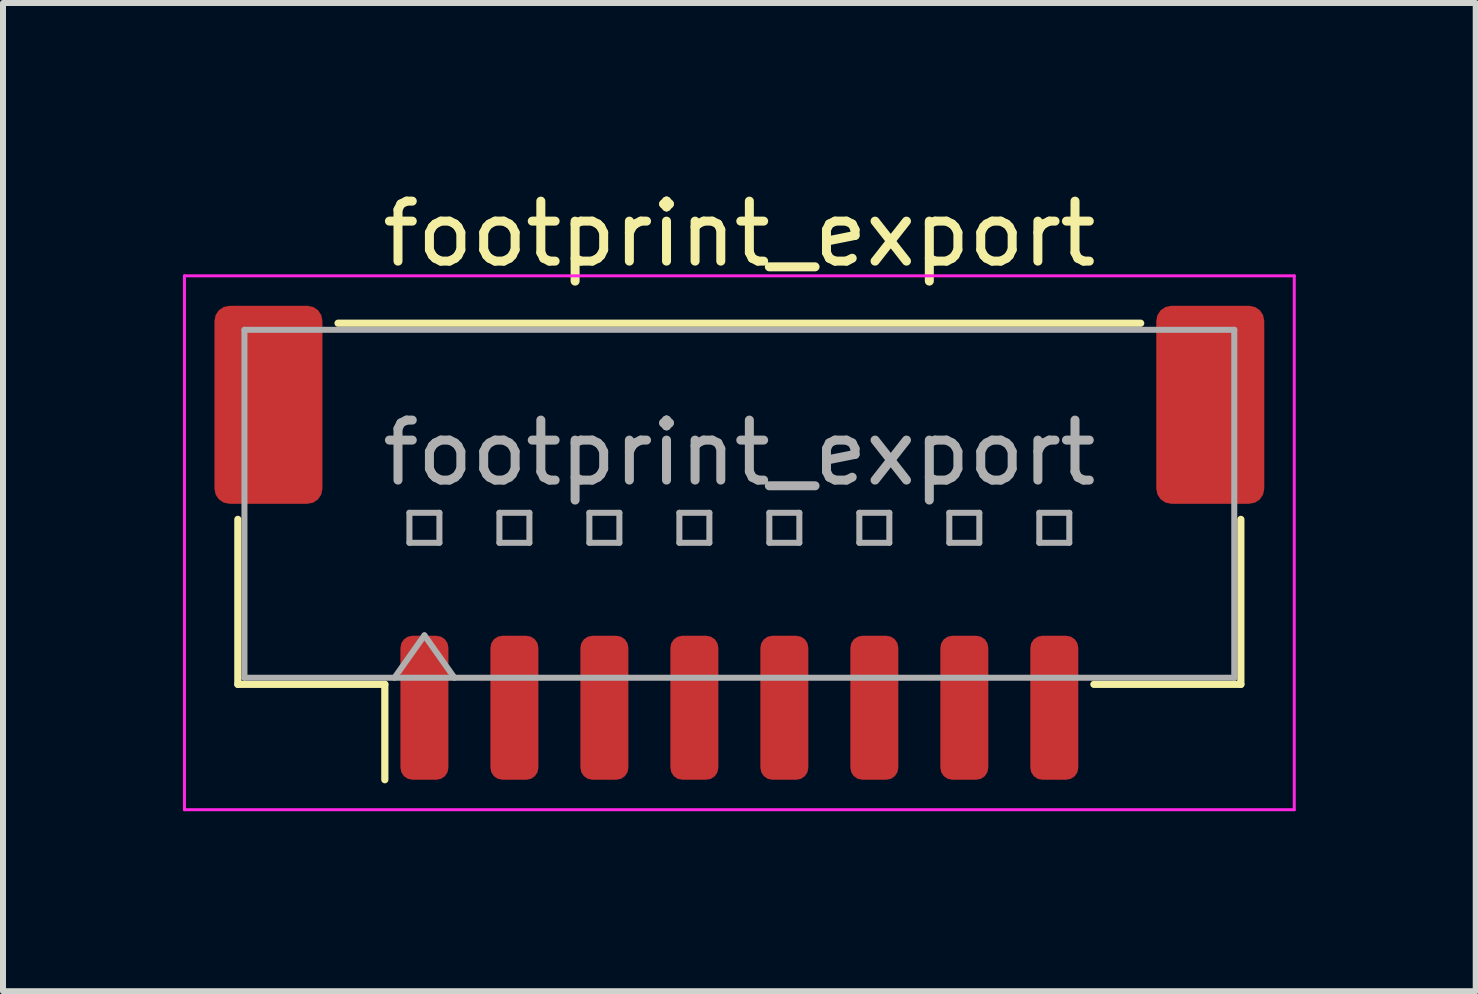
<source format=kicad_pcb>
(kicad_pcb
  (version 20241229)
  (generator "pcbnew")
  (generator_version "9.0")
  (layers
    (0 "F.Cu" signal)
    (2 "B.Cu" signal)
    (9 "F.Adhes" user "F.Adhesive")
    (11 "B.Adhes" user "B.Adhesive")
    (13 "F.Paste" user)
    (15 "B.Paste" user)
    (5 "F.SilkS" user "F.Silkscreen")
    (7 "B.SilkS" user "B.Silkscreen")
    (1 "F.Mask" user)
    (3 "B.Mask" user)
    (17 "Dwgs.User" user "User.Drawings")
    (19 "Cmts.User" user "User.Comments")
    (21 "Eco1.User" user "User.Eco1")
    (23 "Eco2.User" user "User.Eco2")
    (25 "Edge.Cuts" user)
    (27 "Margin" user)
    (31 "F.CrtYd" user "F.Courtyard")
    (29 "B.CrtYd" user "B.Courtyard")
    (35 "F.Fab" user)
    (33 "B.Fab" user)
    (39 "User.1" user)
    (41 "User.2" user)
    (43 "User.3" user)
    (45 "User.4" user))
  (footprint "footprint_export"
    (layer "F.Cu")
    (at 9.275 5.998)
    (property "Reference" "footprint_export" (at 0 -5.15 0) (layer "F.SilkS") (effects (font (size 1 1) (thickness 0.15))))
    (attr smd)
    (fp_line (start -8.36 -0.39) (end -8.36 2.36) (stroke (width 0.12) (type solid)) (layer "F.SilkS"))
    (fp_line (start -8.36 2.36) (end -5.91 2.36) (stroke (width 0.12) (type solid)) (layer "F.SilkS"))
    (fp_line (start -6.69 -3.66) (end 6.69 -3.66) (stroke (width 0.12) (type solid)) (layer "F.SilkS"))
    (fp_line (start -5.91 2.36) (end -5.91 3.95) (stroke (width 0.12) (type solid)) (layer "F.SilkS"))
    (fp_line (start 8.36 -0.39) (end 8.36 2.36) (stroke (width 0.12) (type solid)) (layer "F.SilkS"))
    (fp_line (start 8.36 2.36) (end 5.91 2.36) (stroke (width 0.12) (type solid)) (layer "F.SilkS"))
    (fp_line (start -9.25 -4.45) (end -9.25 4.45) (stroke (width 0.05) (type solid)) (layer "F.CrtYd"))
    (fp_line (start -9.25 4.45) (end 9.25 4.45) (stroke (width 0.05) (type solid)) (layer "F.CrtYd"))
    (fp_line (start 9.25 -4.45) (end -9.25 -4.45) (stroke (width 0.05) (type solid)) (layer "F.CrtYd"))
    (fp_line (start 9.25 4.45) (end 9.25 -4.45) (stroke (width 0.05) (type solid)) (layer "F.CrtYd"))
    (fp_line (start -8.25 -3.55) (end 8.25 -3.55) (stroke (width 0.1) (type solid)) (layer "F.Fab"))
    (fp_line (start -8.25 2.25) (end -8.25 -3.55) (stroke (width 0.1) (type solid)) (layer "F.Fab"))
    (fp_line (start -8.25 2.25) (end 8.25 2.25) (stroke (width 0.1) (type solid)) (layer "F.Fab"))
    (fp_line (start -5.75 2.25) (end -5.25 1.543) (stroke (width 0.1) (type solid)) (layer "F.Fab"))
    (fp_line (start -5.5 -0.5) (end -5.5 0) (stroke (width 0.1) (type solid)) (layer "F.Fab"))
    (fp_line (start -5.5 0) (end -5 0) (stroke (width 0.1) (type solid)) (layer "F.Fab"))
    (fp_line (start -5.25 1.543) (end -4.75 2.25) (stroke (width 0.1) (type solid)) (layer "F.Fab"))
    (fp_line (start -5 -0.5) (end -5.5 -0.5) (stroke (width 0.1) (type solid)) (layer "F.Fab"))
    (fp_line (start -5 0) (end -5 -0.5) (stroke (width 0.1) (type solid)) (layer "F.Fab"))
    (fp_line (start -4 -0.5) (end -4 0) (stroke (width 0.1) (type solid)) (layer "F.Fab"))
    (fp_line (start -4 0) (end -3.5 0) (stroke (width 0.1) (type solid)) (layer "F.Fab"))
    (fp_line (start -3.5 -0.5) (end -4 -0.5) (stroke (width 0.1) (type solid)) (layer "F.Fab"))
    (fp_line (start -3.5 0) (end -3.5 -0.5) (stroke (width 0.1) (type solid)) (layer "F.Fab"))
    (fp_line (start -2.5 -0.5) (end -2.5 0) (stroke (width 0.1) (type solid)) (layer "F.Fab"))
    (fp_line (start -2.5 0) (end -2 0) (stroke (width 0.1) (type solid)) (layer "F.Fab"))
    (fp_line (start -2 -0.5) (end -2.5 -0.5) (stroke (width 0.1) (type solid)) (layer "F.Fab"))
    (fp_line (start -2 0) (end -2 -0.5) (stroke (width 0.1) (type solid)) (layer "F.Fab"))
    (fp_line (start -1 -0.5) (end -1 0) (stroke (width 0.1) (type solid)) (layer "F.Fab"))
    (fp_line (start -1 0) (end -0.5 0) (stroke (width 0.1) (type solid)) (layer "F.Fab"))
    (fp_line (start -0.5 -0.5) (end -1 -0.5) (stroke (width 0.1) (type solid)) (layer "F.Fab"))
    (fp_line (start -0.5 0) (end -0.5 -0.5) (stroke (width 0.1) (type solid)) (layer "F.Fab"))
    (fp_line (start 0.5 -0.5) (end 0.5 0) (stroke (width 0.1) (type solid)) (layer "F.Fab"))
    (fp_line (start 0.5 0) (end 1 0) (stroke (width 0.1) (type solid)) (layer "F.Fab"))
    (fp_line (start 1 -0.5) (end 0.5 -0.5) (stroke (width 0.1) (type solid)) (layer "F.Fab"))
    (fp_line (start 1 0) (end 1 -0.5) (stroke (width 0.1) (type solid)) (layer "F.Fab"))
    (fp_line (start 2 -0.5) (end 2 0) (stroke (width 0.1) (type solid)) (layer "F.Fab"))
    (fp_line (start 2 0) (end 2.5 0) (stroke (width 0.1) (type solid)) (layer "F.Fab"))
    (fp_line (start 2.5 -0.5) (end 2 -0.5) (stroke (width 0.1) (type solid)) (layer "F.Fab"))
    (fp_line (start 2.5 0) (end 2.5 -0.5) (stroke (width 0.1) (type solid)) (layer "F.Fab"))
    (fp_line (start 3.5 -0.5) (end 3.5 0) (stroke (width 0.1) (type solid)) (layer "F.Fab"))
    (fp_line (start 3.5 0) (end 4 0) (stroke (width 0.1) (type solid)) (layer "F.Fab"))
    (fp_line (start 4 -0.5) (end 3.5 -0.5) (stroke (width 0.1) (type solid)) (layer "F.Fab"))
    (fp_line (start 4 0) (end 4 -0.5) (stroke (width 0.1) (type solid)) (layer "F.Fab"))
    (fp_line (start 5 -0.5) (end 5 0) (stroke (width 0.1) (type solid)) (layer "F.Fab"))
    (fp_line (start 5 0) (end 5.5 0) (stroke (width 0.1) (type solid)) (layer "F.Fab"))
    (fp_line (start 5.5 -0.5) (end 5 -0.5) (stroke (width 0.1) (type solid)) (layer "F.Fab"))
    (fp_line (start 5.5 0) (end 5.5 -0.5) (stroke (width 0.1) (type solid)) (layer "F.Fab"))
    (fp_line (start 8.25 2.25) (end 8.25 -3.55) (stroke (width 0.1) (type solid)) (layer "F.Fab"))
    (fp_text user "${REFERENCE}" (at 0 -1.5 0) (layer "F.Fab") (effects (font (size 1 1) (thickness 0.15))))
    (pad "1" smd roundrect (at -5.25 2.75) (size 0.8 2.4) (layers "F.Cu" "F.Mask" "F.Paste") (roundrect_rratio 0.25))
    (pad "2" smd roundrect (at -3.75 2.75) (size 0.8 2.4) (layers "F.Cu" "F.Mask" "F.Paste") (roundrect_rratio 0.25))
    (pad "3" smd roundrect (at -2.25 2.75) (size 0.8 2.4) (layers "F.Cu" "F.Mask" "F.Paste") (roundrect_rratio 0.25))
    (pad "4" smd roundrect (at -0.75 2.75) (size 0.8 2.4) (layers "F.Cu" "F.Mask" "F.Paste") (roundrect_rratio 0.25))
    (pad "5" smd roundrect (at 0.75 2.75) (size 0.8 2.4) (layers "F.Cu" "F.Mask" "F.Paste") (roundrect_rratio 0.25))
    (pad "6" smd roundrect (at 2.25 2.75) (size 0.8 2.4) (layers "F.Cu" "F.Mask" "F.Paste") (roundrect_rratio 0.25))
    (pad "7" smd roundrect (at 3.75 2.75) (size 0.8 2.4) (layers "F.Cu" "F.Mask" "F.Paste") (roundrect_rratio 0.25))
    (pad "8" smd roundrect (at 5.25 2.75) (size 0.8 2.4) (layers "F.Cu" "F.Mask" "F.Paste") (roundrect_rratio 0.25))
    (pad "MP" smd roundrect (at -7.85 -2.3) (size 1.8 3.3) (layers "F.Cu" "F.Mask" "F.Paste") (roundrect_rratio 0.139))
    (pad "MP" smd roundrect (at 7.85 -2.3) (size 1.8 3.3) (layers "F.Cu" "F.Mask" "F.Paste") (roundrect_rratio 0.139)))
  (gr_rect
    (start -3 -3)
    (end 21.55 13.473)
    (stroke (width 0.1) (type default))
    (fill no)
    (layer "Edge.Cuts")))
</source>
